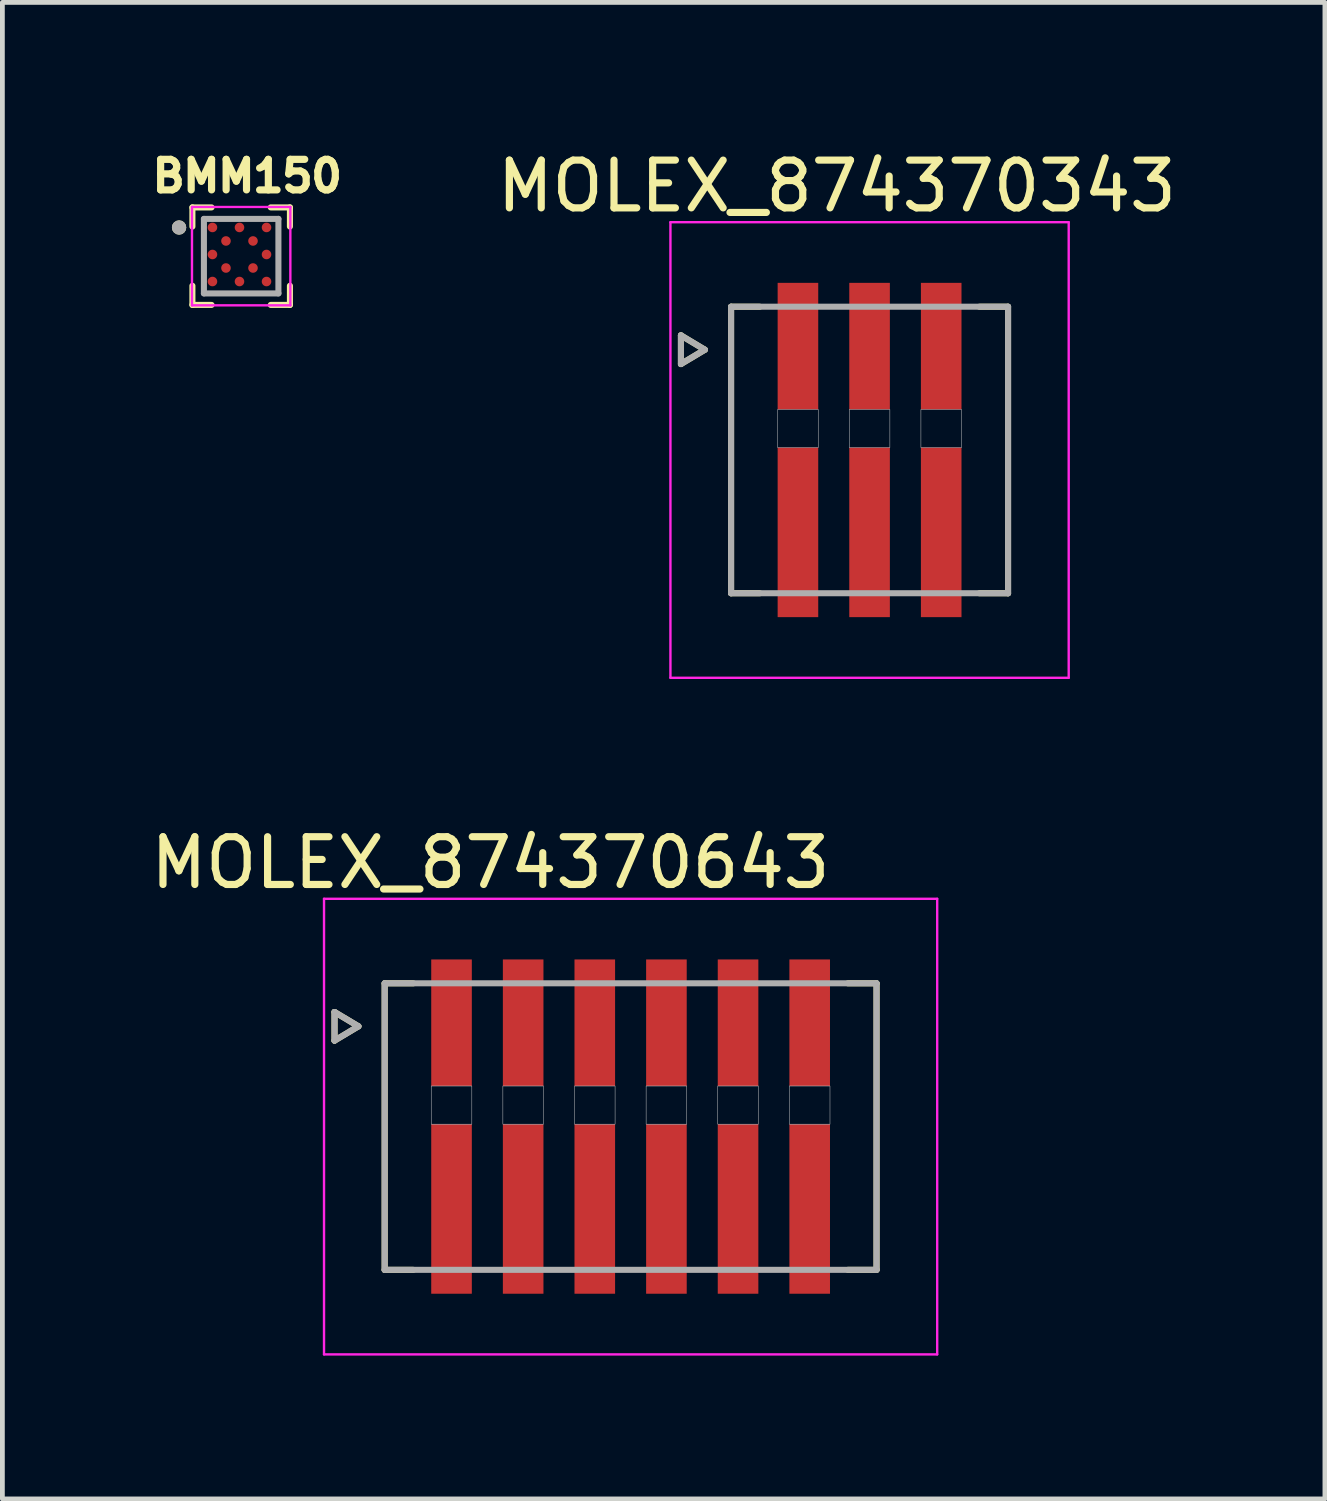
<source format=kicad_pcb>
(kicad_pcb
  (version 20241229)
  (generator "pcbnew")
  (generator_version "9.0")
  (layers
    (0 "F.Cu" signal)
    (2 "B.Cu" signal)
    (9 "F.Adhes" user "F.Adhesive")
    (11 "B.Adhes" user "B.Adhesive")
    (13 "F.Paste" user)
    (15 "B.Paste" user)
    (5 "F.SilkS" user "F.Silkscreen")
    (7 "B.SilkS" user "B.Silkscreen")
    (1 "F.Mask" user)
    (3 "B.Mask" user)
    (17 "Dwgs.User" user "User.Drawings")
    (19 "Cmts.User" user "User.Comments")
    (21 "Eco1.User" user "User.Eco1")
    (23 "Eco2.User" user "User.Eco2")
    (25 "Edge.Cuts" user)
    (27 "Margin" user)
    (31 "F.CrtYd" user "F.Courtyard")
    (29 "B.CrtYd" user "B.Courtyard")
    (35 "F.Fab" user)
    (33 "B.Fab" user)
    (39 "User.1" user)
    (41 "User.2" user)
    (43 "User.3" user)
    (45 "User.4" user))
  (footprint "BMM150"
    (layer "F.Cu")
    (at 2 2.314)
    (property "Reference" "BMM150" (at 0.127 -1.676 0) (layer "F.SilkS") (effects (font (size 0.64 0.64) (thickness 0.15))))
    (attr through_hole)
    (fp_line (start -1.021 -1.021) (end -1.021 -0.62) (stroke (width 0.127) (type solid)) (layer "F.SilkS"))
    (fp_line (start -1.021 1.021) (end -1.021 0.62) (stroke (width 0.127) (type solid)) (layer "F.SilkS"))
    (fp_line (start -0.62 -1.021) (end -1.021 -1.021) (stroke (width 0.127) (type solid)) (layer "F.SilkS"))
    (fp_line (start -0.62 1.021) (end -1.021 1.021) (stroke (width 0.127) (type solid)) (layer "F.SilkS"))
    (fp_line (start 0.62 -1.021) (end 1.021 -1.021) (stroke (width 0.127) (type solid)) (layer "F.SilkS"))
    (fp_line (start 0.62 1.021) (end 1.021 1.021) (stroke (width 0.127) (type solid)) (layer "F.SilkS"))
    (fp_line (start 1.021 -1.021) (end 1.021 -0.62) (stroke (width 0.127) (type solid)) (layer "F.SilkS"))
    (fp_line (start 1.021 1.021) (end 1.021 0.62) (stroke (width 0.127) (type solid)) (layer "F.SilkS"))
    (fp_circle (center -1.3 -0.6) (end -1.225 -0.6) (stroke (width 0.15) (type solid)) (fill no) (layer "F.SilkS"))
    (fp_line (start -1.03 -1.03) (end -1.03 1.03) (stroke (width 0.05) (type solid)) (layer "F.CrtYd"))
    (fp_line (start -1.03 1.03) (end 1.03 1.03) (stroke (width 0.05) (type solid)) (layer "F.CrtYd"))
    (fp_line (start 1.03 -1.03) (end -1.03 -1.03) (stroke (width 0.05) (type solid)) (layer "F.CrtYd"))
    (fp_line (start 1.03 1.03) (end 1.03 -1.03) (stroke (width 0.05) (type solid)) (layer "F.CrtYd"))
    (fp_line (start -0.78 -0.78) (end -0.78 0.78) (stroke (width 0.127) (type solid)) (layer "F.Fab"))
    (fp_line (start -0.78 0.78) (end 0.78 0.78) (stroke (width 0.127) (type solid)) (layer "F.Fab"))
    (fp_line (start 0.78 -0.78) (end -0.78 -0.78) (stroke (width 0.127) (type solid)) (layer "F.Fab"))
    (fp_line (start 0.78 0.78) (end 0.78 -0.78) (stroke (width 0.127) (type solid)) (layer "F.Fab"))
    (fp_circle (center -1.3 -0.6) (end -1.225 -0.6) (stroke (width 0.15) (type solid)) (fill no) (layer "F.Fab"))
    (pad "A1" smd circle (at -0.601 -0.601) (size 0.2 0.2) (layers "F.Cu" "F.Mask" "F.Paste"))
    (pad "A3" smd circle (at -0.035 -0.601) (size 0.2 0.2) (layers "F.Cu" "F.Mask" "F.Paste"))
    (pad "A5" smd circle (at 0.531 -0.601) (size 0.2 0.2) (layers "F.Cu" "F.Mask" "F.Paste"))
    (pad "B2" smd circle (at -0.318 -0.318) (size 0.2 0.2) (layers "F.Cu" "F.Mask" "F.Paste"))
    (pad "B4" smd circle (at 0.248 -0.318) (size 0.2 0.2) (layers "F.Cu" "F.Mask" "F.Paste"))
    (pad "C1" smd circle (at -0.601 -0.035) (size 0.2 0.2) (layers "F.Cu" "F.Mask" "F.Paste"))
    (pad "C5" smd circle (at 0.531 -0.035) (size 0.2 0.2) (layers "F.Cu" "F.Mask" "F.Paste"))
    (pad "D2" smd circle (at -0.318 0.248) (size 0.2 0.2) (layers "F.Cu" "F.Mask" "F.Paste"))
    (pad "D4" smd circle (at 0.248 0.248) (size 0.2 0.2) (layers "F.Cu" "F.Mask" "F.Paste"))
    (pad "E1" smd circle (at -0.601 0.531) (size 0.2 0.2) (layers "F.Cu" "F.Mask" "F.Paste"))
    (pad "E3" smd circle (at -0.035 0.531) (size 0.2 0.2) (layers "F.Cu" "F.Mask" "F.Paste"))
    (pad "E5" smd circle (at 0.531 0.531) (size 0.2 0.2) (layers "F.Cu" "F.Mask" "F.Paste")))
  (footprint "MOLEX_874370343"
    (layer "F.Cu")
    (at 15.159 6.373)
    (property "Reference" "MOLEX_874370343" (at -0.685 -5.525 0) (layer "F.SilkS") (effects (font (size 1 1) (thickness 0.15))))
    (attr through_hole)
    (fp_poly (pts (xy -2.001 -3.576) (xy -0.999 -3.576) (xy -0.999 -0.774) (xy -2.001 -0.774)) (stroke (width 0.01) (type solid)) (fill yes) (layer "F.Mask"))
    (fp_poly (pts (xy -2.001 -0.126) (xy -0.999 -0.126) (xy -0.999 3.576) (xy -2.001 3.576)) (stroke (width 0.01) (type solid)) (fill yes) (layer "F.Mask"))
    (fp_poly (pts (xy -0.501 -3.576) (xy 0.501 -3.576) (xy 0.501 -0.774) (xy -0.501 -0.774)) (stroke (width 0.01) (type solid)) (fill yes) (layer "F.Mask"))
    (fp_poly (pts (xy -0.501 -0.126) (xy 0.501 -0.126) (xy 0.501 3.576) (xy -0.501 3.576)) (stroke (width 0.01) (type solid)) (fill yes) (layer "F.Mask"))
    (fp_poly (pts (xy 0.999 -3.576) (xy 2.001 -3.576) (xy 2.001 -0.774) (xy 0.999 -0.774)) (stroke (width 0.01) (type solid)) (fill yes) (layer "F.Mask"))
    (fp_poly (pts (xy 0.999 -0.126) (xy 2.001 -0.126) (xy 2.001 3.576) (xy 0.999 3.576)) (stroke (width 0.01) (type solid)) (fill yes) (layer "F.Mask"))
    (fp_line (start -3.95 -2.4) (end -3.95 -1.8) (stroke (width 0.127) (type solid)) (layer "F.SilkS"))
    (fp_line (start -3.95 -1.8) (end -3.45 -2.1) (stroke (width 0.127) (type solid)) (layer "F.SilkS"))
    (fp_line (start -3.45 -2.1) (end -3.95 -2.4) (stroke (width 0.127) (type solid)) (layer "F.SilkS"))
    (fp_line (start -2.9 3) (end -2.9 -3) (stroke (width 0.127) (type solid)) (layer "F.SilkS"))
    (fp_line (start -2.9 3) (end -2.3 3) (stroke (width 0.127) (type solid)) (layer "F.SilkS"))
    (fp_line (start -2.3 -3) (end -2.9 -3) (stroke (width 0.127) (type solid)) (layer "F.SilkS"))
    (fp_line (start 2.9 -3) (end 2.3 -3) (stroke (width 0.127) (type solid)) (layer "F.SilkS"))
    (fp_line (start 2.9 3) (end 2.3 3) (stroke (width 0.127) (type solid)) (layer "F.SilkS"))
    (fp_line (start 2.9 3) (end 2.9 -3) (stroke (width 0.127) (type solid)) (layer "F.SilkS"))
    (fp_poly (pts (xy -1.925 -0.85) (xy -1.075 -0.85) (xy -1.075 -0.05) (xy -1.925 -0.05)) (stroke (width 0.01) (type solid)) (fill no) (layer "Dwgs.User"))
    (fp_poly (pts (xy -0.425 -0.85) (xy 0.425 -0.85) (xy 0.425 -0.05) (xy -0.425 -0.05)) (stroke (width 0.01) (type solid)) (fill no) (layer "Dwgs.User"))
    (fp_poly (pts (xy 1.075 -0.85) (xy 1.925 -0.85) (xy 1.925 -0.05) (xy 1.075 -0.05)) (stroke (width 0.01) (type solid)) (fill no) (layer "Dwgs.User"))
    (fp_line (start -4.17 -4.77) (end 4.17 -4.77) (stroke (width 0.05) (type solid)) (layer "F.CrtYd"))
    (fp_line (start -4.17 4.77) (end -4.17 -4.77) (stroke (width 0.05) (type solid)) (layer "F.CrtYd"))
    (fp_line (start 4.17 -4.77) (end 4.17 4.77) (stroke (width 0.05) (type solid)) (layer "F.CrtYd"))
    (fp_line (start 4.17 4.77) (end -4.17 4.77) (stroke (width 0.05) (type solid)) (layer "F.CrtYd"))
    (fp_line (start -3.95 -2.4) (end -3.45 -2.1) (stroke (width 0.127) (type solid)) (layer "F.Fab"))
    (fp_line (start -3.95 -1.8) (end -3.95 -2.4) (stroke (width 0.127) (type solid)) (layer "F.Fab"))
    (fp_line (start -3.45 -2.1) (end -3.95 -1.8) (stroke (width 0.127) (type solid)) (layer "F.Fab"))
    (fp_line (start -2.9 -3) (end 2.9 -3) (stroke (width 0.127) (type solid)) (layer "F.Fab"))
    (fp_line (start -2.9 3) (end -2.9 -3) (stroke (width 0.127) (type solid)) (layer "F.Fab"))
    (fp_line (start 2.9 -3) (end 2.9 3) (stroke (width 0.127) (type solid)) (layer "F.Fab"))
    (fp_line (start 2.9 3) (end -2.9 3) (stroke (width 0.127) (type solid)) (layer "F.Fab"))
    (pad "1_1" smd rect (at -1.5 -2.175) (size 0.85 2.65) (layers "F.Cu" "F.Paste"))
    (pad "1_2" smd rect (at -1.5 1.725) (size 0.85 3.55) (layers "F.Cu" "F.Paste"))
    (pad "2_1" smd rect (at 0 -2.175) (size 0.85 2.65) (layers "F.Cu" "F.Paste"))
    (pad "2_2" smd rect (at 0 1.725) (size 0.85 3.55) (layers "F.Cu" "F.Paste"))
    (pad "3_1" smd rect (at 1.5 -2.175) (size 0.85 2.65) (layers "F.Cu" "F.Paste"))
    (pad "3_2" smd rect (at 1.5 1.725) (size 0.85 3.55) (layers "F.Cu" "F.Paste")))
  (footprint "MOLEX_874370643"
    (layer "F.Cu")
    (at 10.155 20.541)
    (property "Reference" "MOLEX_874370643" (at -2.935 -5.525 0) (layer "F.SilkS") (effects (font (size 1 1) (thickness 0.15))))
    (attr through_hole)
    (fp_poly (pts (xy -4.251 -3.576) (xy -3.249 -3.576) (xy -3.249 -0.774) (xy -4.251 -0.774)) (stroke (width 0.01) (type solid)) (fill yes) (layer "F.Mask"))
    (fp_poly (pts (xy -4.251 -0.126) (xy -3.249 -0.126) (xy -3.249 3.576) (xy -4.251 3.576)) (stroke (width 0.01) (type solid)) (fill yes) (layer "F.Mask"))
    (fp_poly (pts (xy -2.751 -3.576) (xy -1.749 -3.576) (xy -1.749 -0.774) (xy -2.751 -0.774)) (stroke (width 0.01) (type solid)) (fill yes) (layer "F.Mask"))
    (fp_poly (pts (xy -2.751 -0.126) (xy -1.749 -0.126) (xy -1.749 3.576) (xy -2.751 3.576)) (stroke (width 0.01) (type solid)) (fill yes) (layer "F.Mask"))
    (fp_poly (pts (xy -1.251 -3.576) (xy -0.249 -3.576) (xy -0.249 -0.774) (xy -1.251 -0.774)) (stroke (width 0.01) (type solid)) (fill yes) (layer "F.Mask"))
    (fp_poly (pts (xy -1.251 -0.126) (xy -0.249 -0.126) (xy -0.249 3.576) (xy -1.251 3.576)) (stroke (width 0.01) (type solid)) (fill yes) (layer "F.Mask"))
    (fp_poly (pts (xy 0.249 -3.576) (xy 1.251 -3.576) (xy 1.251 -0.774) (xy 0.249 -0.774)) (stroke (width 0.01) (type solid)) (fill yes) (layer "F.Mask"))
    (fp_poly (pts (xy 0.249 -0.126) (xy 1.251 -0.126) (xy 1.251 3.576) (xy 0.249 3.576)) (stroke (width 0.01) (type solid)) (fill yes) (layer "F.Mask"))
    (fp_poly (pts (xy 1.749 -3.576) (xy 2.751 -3.576) (xy 2.751 -0.774) (xy 1.749 -0.774)) (stroke (width 0.01) (type solid)) (fill yes) (layer "F.Mask"))
    (fp_poly (pts (xy 1.749 -0.126) (xy 2.751 -0.126) (xy 2.751 3.576) (xy 1.749 3.576)) (stroke (width 0.01) (type solid)) (fill yes) (layer "F.Mask"))
    (fp_poly (pts (xy 3.249 -3.576) (xy 4.251 -3.576) (xy 4.251 -0.774) (xy 3.249 -0.774)) (stroke (width 0.01) (type solid)) (fill yes) (layer "F.Mask"))
    (fp_poly (pts (xy 3.249 -0.126) (xy 4.251 -0.126) (xy 4.251 3.576) (xy 3.249 3.576)) (stroke (width 0.01) (type solid)) (fill yes) (layer "F.Mask"))
    (fp_line (start -6.2 -2.4) (end -6.2 -1.8) (stroke (width 0.127) (type solid)) (layer "F.SilkS"))
    (fp_line (start -6.2 -1.8) (end -5.7 -2.1) (stroke (width 0.127) (type solid)) (layer "F.SilkS"))
    (fp_line (start -5.7 -2.1) (end -6.2 -2.4) (stroke (width 0.127) (type solid)) (layer "F.SilkS"))
    (fp_line (start -5.15 3) (end -5.15 -3) (stroke (width 0.127) (type solid)) (layer "F.SilkS"))
    (fp_line (start -5.15 3) (end -4.55 3) (stroke (width 0.127) (type solid)) (layer "F.SilkS"))
    (fp_line (start -4.55 -3) (end -5.15 -3) (stroke (width 0.127) (type solid)) (layer "F.SilkS"))
    (fp_line (start 5.15 -3) (end 4.55 -3) (stroke (width 0.127) (type solid)) (layer "F.SilkS"))
    (fp_line (start 5.15 3) (end 4.55 3) (stroke (width 0.127) (type solid)) (layer "F.SilkS"))
    (fp_line (start 5.15 3) (end 5.15 -3) (stroke (width 0.127) (type solid)) (layer "F.SilkS"))
    (fp_poly (pts (xy -4.175 -0.85) (xy -3.325 -0.85) (xy -3.325 -0.05) (xy -4.175 -0.05)) (stroke (width 0.01) (type solid)) (fill no) (layer "Dwgs.User"))
    (fp_poly (pts (xy -2.675 -0.85) (xy -1.825 -0.85) (xy -1.825 -0.05) (xy -2.675 -0.05)) (stroke (width 0.01) (type solid)) (fill no) (layer "Dwgs.User"))
    (fp_poly (pts (xy -1.175 -0.85) (xy -0.325 -0.85) (xy -0.325 -0.05) (xy -1.175 -0.05)) (stroke (width 0.01) (type solid)) (fill no) (layer "Dwgs.User"))
    (fp_poly (pts (xy 0.325 -0.85) (xy 1.175 -0.85) (xy 1.175 -0.05) (xy 0.325 -0.05)) (stroke (width 0.01) (type solid)) (fill no) (layer "Dwgs.User"))
    (fp_poly (pts (xy 1.825 -0.85) (xy 2.675 -0.85) (xy 2.675 -0.05) (xy 1.825 -0.05)) (stroke (width 0.01) (type solid)) (fill no) (layer "Dwgs.User"))
    (fp_poly (pts (xy 3.325 -0.85) (xy 4.175 -0.85) (xy 4.175 -0.05) (xy 3.325 -0.05)) (stroke (width 0.01) (type solid)) (fill no) (layer "Dwgs.User"))
    (fp_line (start -6.42 -4.77) (end 6.42 -4.77) (stroke (width 0.05) (type solid)) (layer "F.CrtYd"))
    (fp_line (start -6.42 4.77) (end -6.42 -4.77) (stroke (width 0.05) (type solid)) (layer "F.CrtYd"))
    (fp_line (start 6.42 -4.77) (end 6.42 4.77) (stroke (width 0.05) (type solid)) (layer "F.CrtYd"))
    (fp_line (start 6.42 4.77) (end -6.42 4.77) (stroke (width 0.05) (type solid)) (layer "F.CrtYd"))
    (fp_line (start -6.2 -2.4) (end -5.7 -2.1) (stroke (width 0.127) (type solid)) (layer "F.Fab"))
    (fp_line (start -6.2 -1.8) (end -6.2 -2.4) (stroke (width 0.127) (type solid)) (layer "F.Fab"))
    (fp_line (start -5.7 -2.1) (end -6.2 -1.8) (stroke (width 0.127) (type solid)) (layer "F.Fab"))
    (fp_line (start -5.15 -3) (end 5.15 -3) (stroke (width 0.127) (type solid)) (layer "F.Fab"))
    (fp_line (start -5.15 3) (end -5.15 -3) (stroke (width 0.127) (type solid)) (layer "F.Fab"))
    (fp_line (start 5.15 -3) (end 5.15 3) (stroke (width 0.127) (type solid)) (layer "F.Fab"))
    (fp_line (start 5.15 3) (end -5.15 3) (stroke (width 0.127) (type solid)) (layer "F.Fab"))
    (pad "1_1" smd rect (at -3.75 -2.175) (size 0.85 2.65) (layers "F.Cu" "F.Paste"))
    (pad "1_2" smd rect (at -3.75 1.725) (size 0.85 3.55) (layers "F.Cu" "F.Paste"))
    (pad "2_1" smd rect (at -2.25 -2.175) (size 0.85 2.65) (layers "F.Cu" "F.Paste"))
    (pad "2_2" smd rect (at -2.25 1.725) (size 0.85 3.55) (layers "F.Cu" "F.Paste"))
    (pad "3_1" smd rect (at -0.75 -2.175) (size 0.85 2.65) (layers "F.Cu" "F.Paste"))
    (pad "3_2" smd rect (at -0.75 1.725) (size 0.85 3.55) (layers "F.Cu" "F.Paste"))
    (pad "4_1" smd rect (at 0.75 -2.175) (size 0.85 2.65) (layers "F.Cu" "F.Paste"))
    (pad "4_2" smd rect (at 0.75 1.725) (size 0.85 3.55) (layers "F.Cu" "F.Paste"))
    (pad "5_1" smd rect (at 2.25 -2.175) (size 0.85 2.65) (layers "F.Cu" "F.Paste"))
    (pad "5_2" smd rect (at 2.25 1.725) (size 0.85 3.55) (layers "F.Cu" "F.Paste"))
    (pad "6_1" smd rect (at 3.75 -2.175) (size 0.85 2.65) (layers "F.Cu" "F.Paste"))
    (pad "6_2" smd rect (at 3.75 1.725) (size 0.85 3.55) (layers "F.Cu" "F.Paste")))
  (gr_rect
    (start -3 -3)
    (end 24.694 28.337)
    (stroke (width 0.1) (type default))
    (fill no)
    (layer "Edge.Cuts")))
</source>
